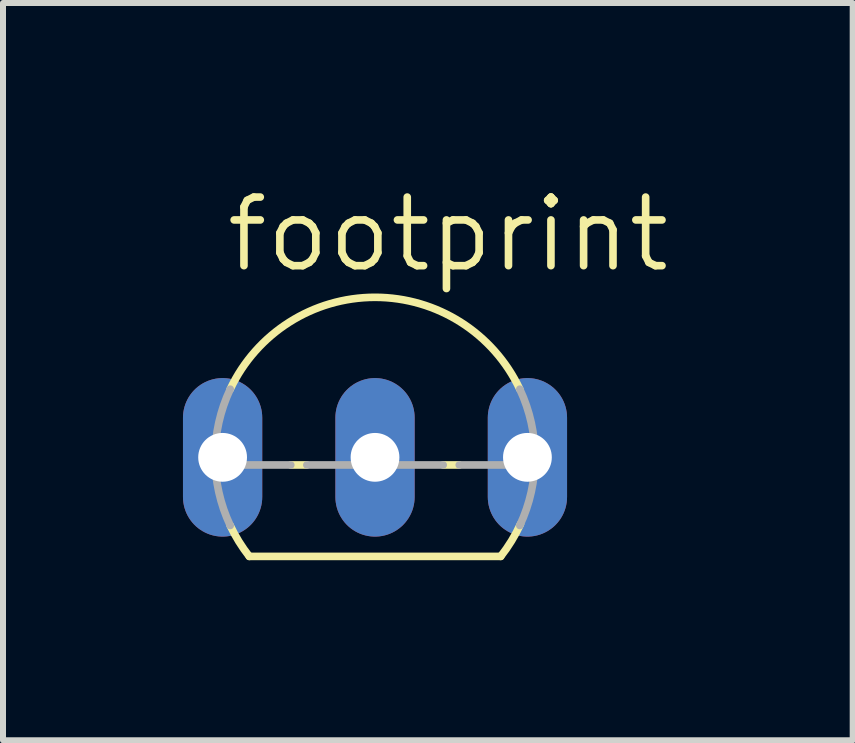
<source format=kicad_pcb>
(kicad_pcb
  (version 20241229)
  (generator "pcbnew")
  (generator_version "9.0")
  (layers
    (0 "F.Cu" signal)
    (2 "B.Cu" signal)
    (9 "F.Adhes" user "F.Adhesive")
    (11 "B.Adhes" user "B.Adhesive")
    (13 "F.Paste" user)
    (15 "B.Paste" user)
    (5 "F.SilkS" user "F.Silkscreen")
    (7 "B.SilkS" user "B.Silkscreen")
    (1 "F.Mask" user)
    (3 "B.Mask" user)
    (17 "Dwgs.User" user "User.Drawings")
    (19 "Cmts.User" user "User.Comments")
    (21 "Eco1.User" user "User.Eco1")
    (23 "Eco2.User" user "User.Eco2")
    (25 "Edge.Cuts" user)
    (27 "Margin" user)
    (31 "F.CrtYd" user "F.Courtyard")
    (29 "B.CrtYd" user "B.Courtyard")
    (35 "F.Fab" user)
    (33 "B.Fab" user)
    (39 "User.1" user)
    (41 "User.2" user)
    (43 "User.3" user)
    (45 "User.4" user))
  (footprint "footprint"
    (layer "F.Cu")
    (at 3.2 3.302)
    (property "Reference" "footprint" (at -2.54 -1.778 0) (layer "F.SilkS") (effects (font (size 1.143 1.143) (thickness 0.127)) (justify left bottom)))
    (fp_line (start -2.095 2.921) (end 2.095 2.921) (stroke (width 0.127) (type solid)) (layer "F.SilkS"))
    (fp_line (start -1.136 1.397) (end -1.404 1.397) (stroke (width 0.127) (type solid)) (layer "F.SilkS"))
    (fp_line (start 1.404 1.397) (end 1.136 1.397) (stroke (width 0.127) (type solid)) (layer "F.SilkS"))
    (fp_arc (start -2.413 0.1341) (mid 0 -1.39699) (end 2.413 0.1341) (stroke (width 0.127) (type solid)) (layer "F.SilkS"))
    (fp_arc (start -2.095 2.921) (mid -2.268918 2.67252) (end -2.4135 2.4059) (stroke (width 0.127) (type solid)) (layer "F.SilkS"))
    (fp_arc (start 2.4247 2.3818) (mid 2.275878 2.661201) (end 2.095 2.921) (stroke (width 0.127) (type solid)) (layer "F.SilkS"))
    (fp_line (start -1.404 1.397) (end -2.664 1.397) (stroke (width 0.127) (type solid)) (layer "F.Fab"))
    (fp_line (start 1.136 1.397) (end -1.136 1.397) (stroke (width 0.127) (type solid)) (layer "F.Fab"))
    (fp_line (start 2.664 1.397) (end 1.404 1.397) (stroke (width 0.127) (type solid)) (layer "F.Fab"))
    (fp_arc (start -2.413 2.4059) (mid -2.66699 1.27) (end -2.413 0.1341) (stroke (width 0.127) (type solid)) (layer "F.Fab"))
    (fp_arc (start 2.413 0.1341) (mid 2.66699 1.27) (end 2.413 2.4059) (stroke (width 0.127) (type solid)) (layer "F.Fab"))
    (pad "B" thru_hole oval (at 0 1.27 90) (size 2.642 1.321) (drill 0.813) (layers "*.Cu" "*.Mask"))
    (pad "C" thru_hole oval (at 2.54 1.27 90) (size 2.642 1.321) (drill 0.813) (layers "*.Cu" "*.Mask"))
    (pad "E" thru_hole oval (at -2.54 1.27 90) (size 2.642 1.321) (drill 0.813) (layers "*.Cu" "*.Mask")))
  (gr_rect
    (start -3 -3)
    (end 11.161 9.287)
    (stroke (width 0.1) (type default))
    (fill no)
    (layer "Edge.Cuts")))
</source>
